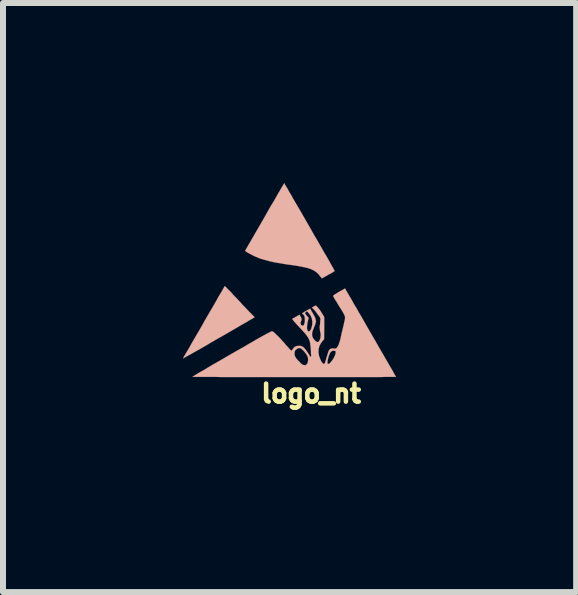
<source format=kicad_pcb>
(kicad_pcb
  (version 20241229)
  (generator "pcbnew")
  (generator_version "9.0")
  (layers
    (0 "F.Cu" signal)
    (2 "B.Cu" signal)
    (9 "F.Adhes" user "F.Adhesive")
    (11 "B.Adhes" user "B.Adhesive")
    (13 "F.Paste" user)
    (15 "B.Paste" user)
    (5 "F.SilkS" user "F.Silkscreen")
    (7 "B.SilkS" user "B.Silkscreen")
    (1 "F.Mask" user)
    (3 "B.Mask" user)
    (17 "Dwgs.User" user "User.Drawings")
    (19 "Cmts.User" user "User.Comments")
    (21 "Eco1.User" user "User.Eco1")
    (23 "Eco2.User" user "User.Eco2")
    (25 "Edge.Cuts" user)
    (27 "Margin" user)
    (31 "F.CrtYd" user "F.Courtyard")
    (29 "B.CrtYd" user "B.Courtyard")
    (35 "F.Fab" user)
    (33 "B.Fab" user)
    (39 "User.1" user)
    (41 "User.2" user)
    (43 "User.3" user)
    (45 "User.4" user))
  (footprint "logo_nt"
    (layer "F.Cu")
    (at 1.751 1.599)
    (property "Reference" "logo_nt" (at 0.381 1.905 0) (layer "F.SilkS") (effects (font (size 0.3 0.3) (thickness 0.075))))
    (attr through_hole)
    (fp_poly (pts (xy -1.75 1.318) (xy -1.748 1.321) (xy -1.742 1.316) (xy -1.725 1.306) (xy -1.697 1.29) (xy -1.661 1.27) (xy -1.615 1.245) (xy -1.562 1.214) (xy -1.501 1.181) (xy -1.435 1.143) (xy -1.364 1.102) (xy -1.29 1.057) (xy -1.209 1.011) (xy -1.179 0.993) (xy -1.097 0.947) (xy -1.019 0.902) (xy -0.945 0.859) (xy -0.874 0.818) (xy -0.81 0.78) (xy -0.752 0.747) (xy -0.701 0.719) (xy -0.66 0.693) (xy -0.625 0.673) (xy -0.602 0.66) (xy -0.589 0.653) (xy -0.587 0.65) (xy -0.559 0.635) (xy -0.627 0.566) (xy -0.655 0.538) (xy -0.688 0.503) (xy -0.724 0.465) (xy -0.762 0.427) (xy -0.785 0.399) (xy -0.826 0.356) (xy -0.866 0.312) (xy -0.907 0.272) (xy -0.942 0.231) (xy -0.975 0.196) (xy -1.006 0.168) (xy -1.029 0.142) (xy -1.046 0.124) (xy -1.057 0.117) (xy -1.059 0.117) (xy -1.062 0.122) (xy -1.072 0.14) (xy -1.087 0.165) (xy -1.107 0.203) (xy -1.135 0.249) (xy -1.166 0.3) (xy -1.199 0.361) (xy -1.237 0.427) (xy -1.278 0.498) (xy -1.323 0.574) (xy -1.369 0.653) (xy -1.394 0.696) (xy -1.44 0.78) (xy -1.486 0.859) (xy -1.529 0.932) (xy -1.57 1.003) (xy -1.608 1.067) (xy -1.641 1.128) (xy -1.671 1.179) (xy -1.697 1.222) (xy -1.717 1.255) (xy -1.73 1.28) (xy -1.74 1.295) (xy -1.74 1.298) (xy -1.748 1.311) (xy -1.75 1.318)) (stroke (width 0.003) (type solid)) (fill yes) (layer "B.SilkS"))
    (fp_poly (pts (xy -0.719 -0.472) (xy -0.704 -0.46) (xy -0.686 -0.447) (xy -0.658 -0.432) (xy -0.625 -0.414) (xy -0.587 -0.394) (xy -0.549 -0.376) (xy -0.541 -0.373) (xy -0.475 -0.345) (xy -0.401 -0.323) (xy -0.318 -0.3) (xy -0.226 -0.279) (xy -0.122 -0.262) (xy -0.028 -0.246) (xy 0.066 -0.234) (xy 0.15 -0.221) (xy 0.218 -0.208) (xy 0.279 -0.196) (xy 0.33 -0.183) (xy 0.376 -0.168) (xy 0.414 -0.15) (xy 0.445 -0.132) (xy 0.472 -0.112) (xy 0.498 -0.089) (xy 0.521 -0.061) (xy 0.531 -0.046) (xy 0.546 -0.03) (xy 0.556 -0.018) (xy 0.561 -0.013) (xy 0.569 -0.018) (xy 0.584 -0.025) (xy 0.61 -0.041) (xy 0.64 -0.056) (xy 0.668 -0.074) (xy 0.701 -0.091) (xy 0.732 -0.109) (xy 0.754 -0.124) (xy 0.77 -0.132) (xy 0.772 -0.137) (xy 0.77 -0.142) (xy 0.759 -0.16) (xy 0.747 -0.185) (xy 0.724 -0.224) (xy 0.701 -0.267) (xy 0.671 -0.32) (xy 0.638 -0.378) (xy 0.599 -0.442) (xy 0.561 -0.511) (xy 0.518 -0.584) (xy 0.475 -0.66) (xy 0.429 -0.737) (xy 0.384 -0.818) (xy 0.338 -0.897) (xy 0.292 -0.978) (xy 0.246 -1.057) (xy 0.203 -1.133) (xy 0.16 -1.206) (xy 0.119 -1.275) (xy 0.081 -1.341) (xy 0.048 -1.402) (xy 0.015 -1.455) (xy -0.01 -1.501) (xy -0.033 -1.539) (xy -0.051 -1.567) (xy -0.061 -1.587) (xy -0.066 -1.595) (xy -0.069 -1.598) (xy -0.071 -1.59) (xy -0.081 -1.575) (xy -0.097 -1.547) (xy -0.119 -1.511) (xy -0.145 -1.466) (xy -0.175 -1.415) (xy -0.208 -1.356) (xy -0.246 -1.29) (xy -0.29 -1.219) (xy -0.333 -1.143) (xy -0.378 -1.064) (xy -0.394 -1.034) (xy -0.719 -0.472)) (stroke (width 0.003) (type solid)) (fill yes) (layer "B.SilkS"))
    (fp_poly (pts (xy -1.598 1.626) (xy -1.59 1.626) (xy -1.57 1.628) (xy -1.539 1.628) (xy -1.496 1.628) (xy -1.44 1.628) (xy -1.374 1.628) (xy -1.298 1.628) (xy -1.212 1.628) (xy -1.118 1.631) (xy -1.016 1.631) (xy -0.904 1.631) (xy -0.787 1.631) (xy -0.663 1.631) (xy -0.533 1.631) (xy -0.396 1.631) (xy -0.257 1.631) (xy -0.109 1.631) (xy 0.038 1.631) (xy 0.099 1.631) (xy 0.104 1.631) (xy 0.104 1.24) (xy 0.104 1.237) (xy 0.107 1.214) (xy 0.109 1.199) (xy 0.119 1.184) (xy 0.124 1.179) (xy 0.15 1.158) (xy 0.175 1.148) (xy 0.201 1.148) (xy 0.203 1.151) (xy 0.221 1.161) (xy 0.241 1.181) (xy 0.264 1.204) (xy 0.287 1.232) (xy 0.307 1.26) (xy 0.32 1.285) (xy 0.323 1.288) (xy 0.33 1.323) (xy 0.33 1.359) (xy 0.323 1.394) (xy 0.307 1.42) (xy 0.305 1.42) (xy 0.287 1.433) (xy 0.264 1.433) (xy 0.241 1.425) (xy 0.218 1.41) (xy 0.193 1.384) (xy 0.165 1.356) (xy 0.14 1.328) (xy 0.127 1.311) (xy 0.114 1.288) (xy 0.107 1.265) (xy 0.104 1.24) (xy 0.104 1.631) (xy 0.249 1.631) (xy 0.396 1.631) (xy 0.538 1.631) (xy 0.653 1.631) (xy 0.653 1.384) (xy 0.653 1.377) (xy 0.655 1.354) (xy 0.663 1.326) (xy 0.671 1.293) (xy 0.673 1.285) (xy 0.688 1.245) (xy 0.704 1.217) (xy 0.721 1.201) (xy 0.742 1.194) (xy 0.759 1.191) (xy 0.777 1.194) (xy 0.787 1.201) (xy 0.79 1.212) (xy 0.79 1.217) (xy 0.787 1.24) (xy 0.78 1.265) (xy 0.767 1.295) (xy 0.749 1.328) (xy 0.729 1.356) (xy 0.709 1.382) (xy 0.691 1.402) (xy 0.676 1.412) (xy 0.668 1.412) (xy 0.658 1.41) (xy 0.655 1.402) (xy 0.653 1.384) (xy 0.653 1.631) (xy 0.676 1.631) (xy 0.81 1.631) (xy 0.937 1.631) (xy 1.057 1.631) (xy 1.171 1.631) (xy 1.275 1.631) (xy 1.374 1.631) (xy 1.463 1.631) (xy 1.542 1.631) (xy 1.613 1.628) (xy 1.671 1.628) (xy 1.72 1.628) (xy 1.755 1.628) (xy 1.781 1.628) (xy 1.793 1.628) (xy 1.791 1.621) (xy 1.781 1.605) (xy 1.765 1.577) (xy 1.745 1.539) (xy 1.72 1.496) (xy 1.689 1.443) (xy 1.654 1.382) (xy 1.615 1.316) (xy 1.575 1.245) (xy 1.529 1.168) (xy 1.483 1.087) (xy 1.453 1.034) (xy 1.402 0.947) (xy 1.354 0.864) (xy 1.306 0.78) (xy 1.26 0.699) (xy 1.217 0.622) (xy 1.173 0.551) (xy 1.138 0.485) (xy 1.102 0.429) (xy 1.074 0.378) (xy 1.052 0.338) (xy 1.034 0.307) (xy 1.029 0.3) (xy 0.945 0.155) (xy 0.902 0.18) (xy 0.851 0.208) (xy 0.813 0.231) (xy 0.785 0.249) (xy 0.765 0.262) (xy 0.752 0.272) (xy 0.747 0.279) (xy 0.747 0.282) (xy 0.754 0.295) (xy 0.767 0.318) (xy 0.785 0.348) (xy 0.808 0.384) (xy 0.833 0.427) (xy 0.861 0.472) (xy 0.879 0.5) (xy 0.899 0.533) (xy 0.917 0.564) (xy 0.93 0.589) (xy 0.94 0.61) (xy 0.942 0.615) (xy 0.945 0.632) (xy 0.945 0.653) (xy 0.942 0.676) (xy 0.935 0.709) (xy 0.925 0.749) (xy 0.925 0.757) (xy 0.917 0.787) (xy 0.907 0.828) (xy 0.897 0.871) (xy 0.886 0.914) (xy 0.884 0.927) (xy 0.871 0.986) (xy 0.859 1.034) (xy 0.846 1.069) (xy 0.836 1.1) (xy 0.823 1.12) (xy 0.815 1.135) (xy 0.803 1.148) (xy 0.795 1.156) (xy 0.78 1.156) (xy 0.759 1.156) (xy 0.732 1.153) (xy 0.711 1.158) (xy 0.693 1.168) (xy 0.678 1.186) (xy 0.665 1.217) (xy 0.653 1.257) (xy 0.65 1.265) (xy 0.64 1.298) (xy 0.63 1.333) (xy 0.622 1.361) (xy 0.615 1.387) (xy 0.605 1.405) (xy 0.599 1.412) (xy 0.584 1.41) (xy 0.569 1.397) (xy 0.551 1.372) (xy 0.536 1.341) (xy 0.513 1.28) (xy 0.503 1.219) (xy 0.505 1.163) (xy 0.521 1.107) (xy 0.549 1.059) (xy 0.566 1.036) (xy 0.597 1.001) (xy 0.599 0.815) (xy 0.599 0.63) (xy 0.559 0.566) (xy 0.536 0.528) (xy 0.511 0.495) (xy 0.49 0.47) (xy 0.472 0.45) (xy 0.462 0.442) (xy 0.46 0.439) (xy 0.45 0.442) (xy 0.432 0.452) (xy 0.422 0.457) (xy 0.404 0.467) (xy 0.396 0.475) (xy 0.399 0.48) (xy 0.401 0.483) (xy 0.411 0.49) (xy 0.429 0.508) (xy 0.45 0.531) (xy 0.47 0.559) (xy 0.49 0.587) (xy 0.511 0.612) (xy 0.526 0.635) (xy 0.533 0.65) (xy 0.533 0.653) (xy 0.536 0.668) (xy 0.533 0.693) (xy 0.531 0.724) (xy 0.531 0.742) (xy 0.526 0.775) (xy 0.523 0.803) (xy 0.526 0.828) (xy 0.528 0.859) (xy 0.533 0.874) (xy 0.538 0.909) (xy 0.541 0.935) (xy 0.538 0.955) (xy 0.536 0.973) (xy 0.536 0.978) (xy 0.526 1.008) (xy 0.513 1.034) (xy 0.498 1.046) (xy 0.488 1.049) (xy 0.472 1.044) (xy 0.452 1.029) (xy 0.434 1.011) (xy 0.417 0.988) (xy 0.411 0.978) (xy 0.399 0.95) (xy 0.396 0.919) (xy 0.399 0.886) (xy 0.411 0.848) (xy 0.429 0.803) (xy 0.447 0.759) (xy 0.457 0.726) (xy 0.462 0.701) (xy 0.457 0.676) (xy 0.447 0.64) (xy 0.429 0.605) (xy 0.409 0.569) (xy 0.399 0.551) (xy 0.386 0.531) (xy 0.376 0.513) (xy 0.373 0.503) (xy 0.371 0.498) (xy 0.368 0.493) (xy 0.361 0.495) (xy 0.348 0.5) (xy 0.328 0.511) (xy 0.297 0.528) (xy 0.267 0.546) (xy 0.246 0.559) (xy 0.236 0.566) (xy 0.231 0.572) (xy 0.234 0.577) (xy 0.239 0.579) (xy 0.259 0.597) (xy 0.272 0.625) (xy 0.277 0.665) (xy 0.277 0.681) (xy 0.274 0.719) (xy 0.267 0.747) (xy 0.257 0.767) (xy 0.244 0.775) (xy 0.229 0.772) (xy 0.216 0.765) (xy 0.206 0.744) (xy 0.206 0.721) (xy 0.213 0.701) (xy 0.221 0.681) (xy 0.221 0.658) (xy 0.213 0.638) (xy 0.211 0.632) (xy 0.198 0.617) (xy 0.196 0.605) (xy 0.193 0.597) (xy 0.191 0.594) (xy 0.183 0.597) (xy 0.17 0.602) (xy 0.147 0.615) (xy 0.132 0.625) (xy 0.107 0.638) (xy 0.086 0.65) (xy 0.071 0.658) (xy 0.069 0.66) (xy 0.069 0.668) (xy 0.079 0.683) (xy 0.099 0.706) (xy 0.127 0.739) (xy 0.168 0.782) (xy 0.183 0.798) (xy 0.229 0.848) (xy 0.267 0.889) (xy 0.279 0.904) (xy 0.279 0.566) (xy 0.284 0.554) (xy 0.3 0.541) (xy 0.307 0.538) (xy 0.318 0.541) (xy 0.33 0.554) (xy 0.34 0.564) (xy 0.371 0.605) (xy 0.391 0.65) (xy 0.401 0.706) (xy 0.401 0.721) (xy 0.399 0.759) (xy 0.391 0.795) (xy 0.384 0.823) (xy 0.371 0.848) (xy 0.358 0.864) (xy 0.343 0.871) (xy 0.33 0.866) (xy 0.32 0.853) (xy 0.312 0.826) (xy 0.312 0.79) (xy 0.318 0.742) (xy 0.325 0.706) (xy 0.34 0.643) (xy 0.307 0.61) (xy 0.29 0.587) (xy 0.279 0.566) (xy 0.279 0.904) (xy 0.297 0.925) (xy 0.32 0.958) (xy 0.338 0.986) (xy 0.351 1.016) (xy 0.361 1.046) (xy 0.366 1.079) (xy 0.371 1.12) (xy 0.376 1.163) (xy 0.378 1.204) (xy 0.378 1.237) (xy 0.381 1.267) (xy 0.381 1.285) (xy 0.378 1.293) (xy 0.373 1.295) (xy 0.366 1.288) (xy 0.356 1.273) (xy 0.323 1.222) (xy 0.297 1.184) (xy 0.274 1.156) (xy 0.254 1.135) (xy 0.234 1.123) (xy 0.213 1.113) (xy 0.191 1.11) (xy 0.178 1.11) (xy 0.137 1.115) (xy 0.104 1.13) (xy 0.079 1.158) (xy 0.076 1.163) (xy 0.066 1.179) (xy 0.056 1.189) (xy 0.053 1.191) (xy 0.048 1.189) (xy 0.041 1.184) (xy 0.028 1.171) (xy 0.013 1.153) (xy -0.01 1.128) (xy -0.041 1.095) (xy -0.056 1.074) (xy -0.091 1.036) (xy -0.127 0.996) (xy -0.163 0.958) (xy -0.198 0.925) (xy -0.226 0.897) (xy -0.251 0.876) (xy -0.262 0.869) (xy -0.264 0.869) (xy -0.269 0.869) (xy -0.274 0.869) (xy -0.282 0.871) (xy -0.295 0.876) (xy -0.31 0.886) (xy -0.333 0.897) (xy -0.358 0.909) (xy -0.389 0.927) (xy -0.427 0.947) (xy -0.472 0.973) (xy -0.526 1.003) (xy -0.587 1.039) (xy -0.658 1.079) (xy -0.739 1.128) (xy -0.831 1.179) (xy -0.932 1.237) (xy -0.937 1.24) (xy -1.024 1.29) (xy -1.107 1.339) (xy -1.186 1.384) (xy -1.262 1.427) (xy -1.331 1.468) (xy -1.392 1.506) (xy -1.448 1.537) (xy -1.496 1.565) (xy -1.537 1.59) (xy -1.567 1.608) (xy -1.587 1.621) (xy -1.595 1.626) (xy -1.598 1.626)) (stroke (width 0.003) (type solid)) (fill yes) (layer "B.SilkS")))
  (gr_rect
    (start -3 -3)
    (end 6.546 6.811)
    (stroke (width 0.1) (type default))
    (fill no)
    (layer "Edge.Cuts")))
</source>
